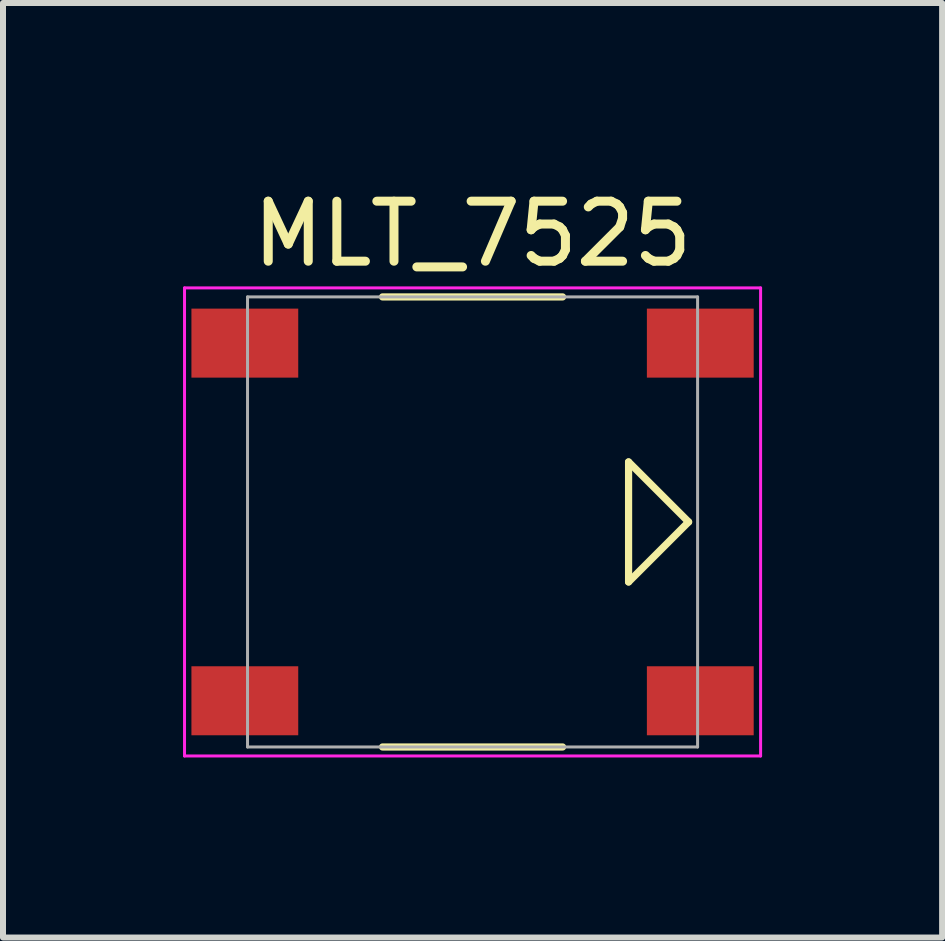
<source format=kicad_pcb>
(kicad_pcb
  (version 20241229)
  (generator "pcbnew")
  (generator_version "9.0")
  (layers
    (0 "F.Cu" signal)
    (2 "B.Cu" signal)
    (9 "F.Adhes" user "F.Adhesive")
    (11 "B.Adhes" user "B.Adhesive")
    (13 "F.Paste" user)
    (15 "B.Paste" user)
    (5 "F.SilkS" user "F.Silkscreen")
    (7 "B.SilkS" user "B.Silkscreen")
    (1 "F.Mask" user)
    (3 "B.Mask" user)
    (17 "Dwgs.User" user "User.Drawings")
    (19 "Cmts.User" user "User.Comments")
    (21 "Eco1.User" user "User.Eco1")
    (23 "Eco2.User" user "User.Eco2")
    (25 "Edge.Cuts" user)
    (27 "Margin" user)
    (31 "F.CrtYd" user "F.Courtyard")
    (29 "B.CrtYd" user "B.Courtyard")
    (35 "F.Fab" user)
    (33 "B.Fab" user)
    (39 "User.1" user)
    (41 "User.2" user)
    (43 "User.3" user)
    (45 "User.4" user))
  (footprint "MLT_7525"
    (layer "F.Cu")
    (at 4.825 5.648)
    (property "Reference" "MLT_7525" (at 0 -4.8 0) (layer "F.SilkS") (effects (font (size 1 1) (thickness 0.15))))
    (attr through_hole)
    (fp_line (start -1.5 -3.75) (end 1.5 -3.75) (stroke (width 0.12) (type solid)) (layer "F.SilkS"))
    (fp_line (start 1.5 3.75) (end -1.5 3.75) (stroke (width 0.12) (type solid)) (layer "F.SilkS"))
    (fp_line (start 2.6 -1) (end 2.6 1) (stroke (width 0.12) (type solid)) (layer "F.SilkS"))
    (fp_line (start 2.6 1) (end 3.6 0) (stroke (width 0.12) (type solid)) (layer "F.SilkS"))
    (fp_line (start 3.6 0) (end 2.6 -1) (stroke (width 0.12) (type solid)) (layer "F.SilkS"))
    (fp_line (start -4.8 -3.9) (end 4.8 -3.9) (stroke (width 0.05) (type solid)) (layer "F.CrtYd"))
    (fp_line (start -4.8 3.9) (end -4.8 -3.9) (stroke (width 0.05) (type solid)) (layer "F.CrtYd"))
    (fp_line (start 4.8 -3.9) (end 4.8 3.9) (stroke (width 0.05) (type solid)) (layer "F.CrtYd"))
    (fp_line (start 4.8 3.9) (end -4.8 3.9) (stroke (width 0.05) (type solid)) (layer "F.CrtYd"))
    (fp_line (start -3.75 -3.75) (end -3.75 3.75) (stroke (width 0.05) (type solid)) (layer "F.Fab"))
    (fp_line (start -3.75 3.75) (end 3.75 3.75) (stroke (width 0.05) (type solid)) (layer "F.Fab"))
    (fp_line (start 3.75 -3.75) (end -3.75 -3.75) (stroke (width 0.05) (type solid)) (layer "F.Fab"))
    (fp_line (start 3.75 3.75) (end 3.75 -3.75) (stroke (width 0.05) (type solid)) (layer "F.Fab"))
    (pad "1" smd rect (at -3.795 -2.98 180) (size 1.78 1.15) (layers "F.Cu" "F.Mask"))
    (pad "2" smd rect (at -3.795 2.98) (size 1.78 1.15) (layers "F.Cu" "F.Mask"))
    (pad "~" smd rect (at 3.795 -2.98 180) (size 1.78 1.15) (layers "F.Cu" "F.Mask"))
    (pad "~" smd rect (at 3.795 2.98) (size 1.78 1.15) (layers "F.Cu" "F.Mask")))
  (gr_rect
    (start -3 -3)
    (end 12.65 12.573)
    (stroke (width 0.1) (type default))
    (fill no)
    (layer "Edge.Cuts")))
</source>
